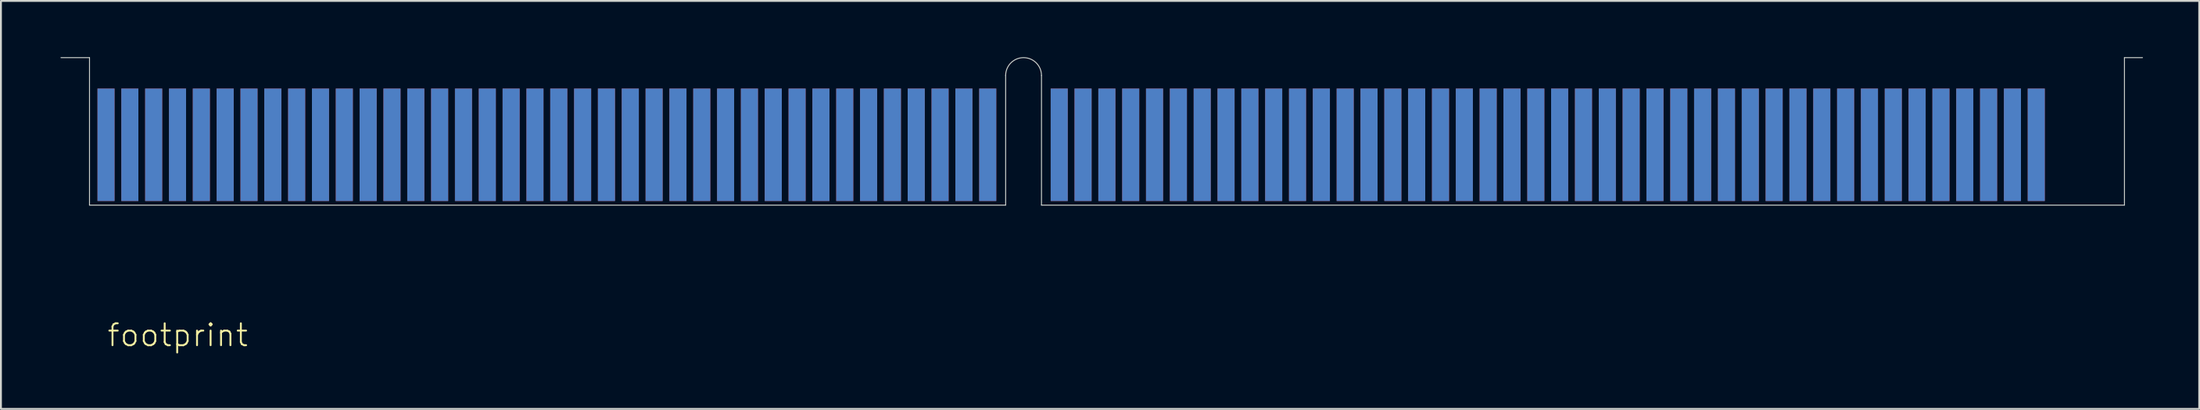
<source format=kicad_pcb>
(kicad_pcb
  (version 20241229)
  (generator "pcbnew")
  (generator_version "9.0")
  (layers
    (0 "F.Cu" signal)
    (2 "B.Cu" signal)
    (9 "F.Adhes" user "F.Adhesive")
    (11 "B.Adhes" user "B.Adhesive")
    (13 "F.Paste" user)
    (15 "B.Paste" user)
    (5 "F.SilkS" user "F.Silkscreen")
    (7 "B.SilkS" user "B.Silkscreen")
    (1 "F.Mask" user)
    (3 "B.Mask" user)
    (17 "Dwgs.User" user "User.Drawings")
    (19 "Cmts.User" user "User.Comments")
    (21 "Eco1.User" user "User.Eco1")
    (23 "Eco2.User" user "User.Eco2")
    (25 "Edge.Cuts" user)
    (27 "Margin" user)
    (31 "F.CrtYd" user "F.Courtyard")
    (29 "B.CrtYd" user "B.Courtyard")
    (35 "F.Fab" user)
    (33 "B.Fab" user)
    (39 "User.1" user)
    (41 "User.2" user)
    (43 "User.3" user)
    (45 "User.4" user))
  (footprint "footprint"
    (layer "F.Cu")
    (at 2.6 7.895)
    (property "Reference" "footprint" (at 0 7.62 0) (layer "F.SilkS") (effects (font (size 1.168 1.168) (thickness 0.102)) (justify left bottom)))
    (fp_line (start -2.15 3.81) (end 105.8 3.81) (stroke (width 0.9) (type solid)) (layer "F.Mask"))
    (fp_line (start 0 -5.915) (end 0 3.52) (stroke (width 0.91) (type solid)) (layer "F.Mask"))
    (fp_line (start 1.27 -5.915) (end 1.27 3.52) (stroke (width 0.91) (type solid)) (layer "F.Mask"))
    (fp_line (start 2.54 -5.915) (end 2.54 3.52) (stroke (width 0.91) (type solid)) (layer "F.Mask"))
    (fp_line (start 3.81 -5.915) (end 3.81 3.52) (stroke (width 0.91) (type solid)) (layer "F.Mask"))
    (fp_line (start 5.08 -5.915) (end 5.08 3.52) (stroke (width 0.91) (type solid)) (layer "F.Mask"))
    (fp_line (start 6.35 -5.915) (end 6.35 3.52) (stroke (width 0.91) (type solid)) (layer "F.Mask"))
    (fp_line (start 7.62 -5.915) (end 7.62 3.52) (stroke (width 0.91) (type solid)) (layer "F.Mask"))
    (fp_line (start 8.89 -5.915) (end 8.89 3.52) (stroke (width 0.91) (type solid)) (layer "F.Mask"))
    (fp_line (start 10.16 -5.915) (end 10.16 3.52) (stroke (width 0.91) (type solid)) (layer "F.Mask"))
    (fp_line (start 11.43 -5.915) (end 11.43 3.52) (stroke (width 0.91) (type solid)) (layer "F.Mask"))
    (fp_line (start 12.7 -5.915) (end 12.7 3.52) (stroke (width 0.91) (type solid)) (layer "F.Mask"))
    (fp_line (start 13.97 -5.915) (end 13.97 3.52) (stroke (width 0.91) (type solid)) (layer "F.Mask"))
    (fp_line (start 15.24 -5.915) (end 15.24 3.52) (stroke (width 0.91) (type solid)) (layer "F.Mask"))
    (fp_line (start 16.51 -5.915) (end 16.51 3.52) (stroke (width 0.91) (type solid)) (layer "F.Mask"))
    (fp_line (start 17.78 -5.915) (end 17.78 3.52) (stroke (width 0.91) (type solid)) (layer "F.Mask"))
    (fp_line (start 19.05 -5.915) (end 19.05 3.52) (stroke (width 0.91) (type solid)) (layer "F.Mask"))
    (fp_line (start 20.32 -5.915) (end 20.32 3.52) (stroke (width 0.91) (type solid)) (layer "F.Mask"))
    (fp_line (start 21.59 -5.915) (end 21.59 3.52) (stroke (width 0.91) (type solid)) (layer "F.Mask"))
    (fp_line (start 22.86 -5.915) (end 22.86 3.52) (stroke (width 0.91) (type solid)) (layer "F.Mask"))
    (fp_line (start 24.13 -5.915) (end 24.13 3.52) (stroke (width 0.91) (type solid)) (layer "F.Mask"))
    (fp_line (start 25.4 -5.915) (end 25.4 3.52) (stroke (width 0.91) (type solid)) (layer "F.Mask"))
    (fp_line (start 26.67 -5.915) (end 26.67 3.52) (stroke (width 0.91) (type solid)) (layer "F.Mask"))
    (fp_line (start 27.94 -5.915) (end 27.94 3.52) (stroke (width 0.91) (type solid)) (layer "F.Mask"))
    (fp_line (start 29.21 -5.915) (end 29.21 3.52) (stroke (width 0.91) (type solid)) (layer "F.Mask"))
    (fp_line (start 30.48 -5.915) (end 30.48 3.52) (stroke (width 0.91) (type solid)) (layer "F.Mask"))
    (fp_line (start 31.75 -5.915) (end 31.75 3.52) (stroke (width 0.91) (type solid)) (layer "F.Mask"))
    (fp_line (start 33.02 -5.915) (end 33.02 3.52) (stroke (width 0.91) (type solid)) (layer "F.Mask"))
    (fp_line (start 34.29 -5.915) (end 34.29 3.52) (stroke (width 0.91) (type solid)) (layer "F.Mask"))
    (fp_line (start 35.56 -5.915) (end 35.56 3.52) (stroke (width 0.91) (type solid)) (layer "F.Mask"))
    (fp_line (start 36.83 -5.915) (end 36.83 3.52) (stroke (width 0.91) (type solid)) (layer "F.Mask"))
    (fp_line (start 38.1 -5.915) (end 38.1 3.52) (stroke (width 0.91) (type solid)) (layer "F.Mask"))
    (fp_line (start 39.37 -5.915) (end 39.37 3.52) (stroke (width 0.91) (type solid)) (layer "F.Mask"))
    (fp_line (start 40.64 -5.915) (end 40.64 3.52) (stroke (width 0.91) (type solid)) (layer "F.Mask"))
    (fp_line (start 41.91 -5.915) (end 41.91 3.52) (stroke (width 0.91) (type solid)) (layer "F.Mask"))
    (fp_line (start 43.18 -5.915) (end 43.18 3.52) (stroke (width 0.91) (type solid)) (layer "F.Mask"))
    (fp_line (start 44.45 -5.915) (end 44.45 3.52) (stroke (width 0.91) (type solid)) (layer "F.Mask"))
    (fp_line (start 45.72 -5.915) (end 45.72 3.52) (stroke (width 0.91) (type solid)) (layer "F.Mask"))
    (fp_line (start 46.99 -5.915) (end 46.99 3.52) (stroke (width 0.91) (type solid)) (layer "F.Mask"))
    (fp_line (start 50.8 -5.915) (end 50.8 3.52) (stroke (width 0.91) (type solid)) (layer "F.Mask"))
    (fp_line (start 52.07 -5.915) (end 52.07 3.52) (stroke (width 0.91) (type solid)) (layer "F.Mask"))
    (fp_line (start 53.34 -5.915) (end 53.34 3.52) (stroke (width 0.91) (type solid)) (layer "F.Mask"))
    (fp_line (start 54.61 -5.915) (end 54.61 3.52) (stroke (width 0.91) (type solid)) (layer "F.Mask"))
    (fp_line (start 55.88 -5.915) (end 55.88 3.52) (stroke (width 0.91) (type solid)) (layer "F.Mask"))
    (fp_line (start 57.15 -5.915) (end 57.15 3.52) (stroke (width 0.91) (type solid)) (layer "F.Mask"))
    (fp_line (start 58.42 -5.915) (end 58.42 3.52) (stroke (width 0.91) (type solid)) (layer "F.Mask"))
    (fp_line (start 59.69 -5.915) (end 59.69 3.52) (stroke (width 0.91) (type solid)) (layer "F.Mask"))
    (fp_line (start 60.96 -5.915) (end 60.96 3.52) (stroke (width 0.91) (type solid)) (layer "F.Mask"))
    (fp_line (start 62.23 -5.915) (end 62.23 3.52) (stroke (width 0.91) (type solid)) (layer "F.Mask"))
    (fp_line (start 63.5 -5.915) (end 63.5 3.52) (stroke (width 0.91) (type solid)) (layer "F.Mask"))
    (fp_line (start 64.77 -5.915) (end 64.77 3.52) (stroke (width 0.91) (type solid)) (layer "F.Mask"))
    (fp_line (start 66.04 -5.915) (end 66.04 3.52) (stroke (width 0.91) (type solid)) (layer "F.Mask"))
    (fp_line (start 67.31 -5.915) (end 67.31 3.52) (stroke (width 0.91) (type solid)) (layer "F.Mask"))
    (fp_line (start 68.58 -5.915) (end 68.58 3.52) (stroke (width 0.91) (type solid)) (layer "F.Mask"))
    (fp_line (start 69.85 -5.915) (end 69.85 3.52) (stroke (width 0.91) (type solid)) (layer "F.Mask"))
    (fp_line (start 71.12 -5.915) (end 71.12 3.52) (stroke (width 0.91) (type solid)) (layer "F.Mask"))
    (fp_line (start 72.39 -5.915) (end 72.39 3.52) (stroke (width 0.91) (type solid)) (layer "F.Mask"))
    (fp_line (start 73.66 -5.915) (end 73.66 3.52) (stroke (width 0.91) (type solid)) (layer "F.Mask"))
    (fp_line (start 74.93 -5.915) (end 74.93 3.52) (stroke (width 0.91) (type solid)) (layer "F.Mask"))
    (fp_line (start 76.2 -5.915) (end 76.2 3.52) (stroke (width 0.91) (type solid)) (layer "F.Mask"))
    (fp_line (start 77.47 -5.915) (end 77.47 3.52) (stroke (width 0.91) (type solid)) (layer "F.Mask"))
    (fp_line (start 78.74 -5.915) (end 78.74 3.52) (stroke (width 0.91) (type solid)) (layer "F.Mask"))
    (fp_line (start 80.01 -5.915) (end 80.01 3.52) (stroke (width 0.91) (type solid)) (layer "F.Mask"))
    (fp_line (start 81.28 -5.915) (end 81.28 3.52) (stroke (width 0.91) (type solid)) (layer "F.Mask"))
    (fp_line (start 82.55 -5.915) (end 82.55 3.52) (stroke (width 0.91) (type solid)) (layer "F.Mask"))
    (fp_line (start 83.82 -5.915) (end 83.82 3.52) (stroke (width 0.91) (type solid)) (layer "F.Mask"))
    (fp_line (start 85.09 -5.915) (end 85.09 3.52) (stroke (width 0.91) (type solid)) (layer "F.Mask"))
    (fp_line (start 86.36 -5.915) (end 86.36 3.52) (stroke (width 0.91) (type solid)) (layer "F.Mask"))
    (fp_line (start 87.63 -5.915) (end 87.63 3.52) (stroke (width 0.91) (type solid)) (layer "F.Mask"))
    (fp_line (start 88.9 -5.915) (end 88.9 3.52) (stroke (width 0.91) (type solid)) (layer "F.Mask"))
    (fp_line (start 90.17 -5.915) (end 90.17 3.52) (stroke (width 0.91) (type solid)) (layer "F.Mask"))
    (fp_line (start 91.44 -5.915) (end 91.44 3.52) (stroke (width 0.91) (type solid)) (layer "F.Mask"))
    (fp_line (start 92.71 -5.915) (end 92.71 3.52) (stroke (width 0.91) (type solid)) (layer "F.Mask"))
    (fp_line (start 93.98 -5.915) (end 93.98 3.52) (stroke (width 0.91) (type solid)) (layer "F.Mask"))
    (fp_line (start 95.25 -5.915) (end 95.25 3.52) (stroke (width 0.91) (type solid)) (layer "F.Mask"))
    (fp_line (start 96.52 -5.915) (end 96.52 3.52) (stroke (width 0.91) (type solid)) (layer "F.Mask"))
    (fp_line (start 97.79 -5.915) (end 97.79 3.52) (stroke (width 0.91) (type solid)) (layer "F.Mask"))
    (fp_line (start 99.06 -5.915) (end 99.06 3.52) (stroke (width 0.91) (type solid)) (layer "F.Mask"))
    (fp_line (start 100.33 -5.915) (end 100.33 3.52) (stroke (width 0.91) (type solid)) (layer "F.Mask"))
    (fp_line (start 101.6 -5.915) (end 101.6 3.52) (stroke (width 0.91) (type solid)) (layer "F.Mask"))
    (fp_line (start 102.87 -5.915) (end 102.87 3.52) (stroke (width 0.91) (type solid)) (layer "F.Mask"))
    (fp_line (start 0 3.52) (end 0 -5.915) (stroke (width 0.91) (type solid)) (layer "B.Mask"))
    (fp_line (start 1.27 3.52) (end 1.27 -5.915) (stroke (width 0.91) (type solid)) (layer "B.Mask"))
    (fp_line (start 2.54 3.52) (end 2.54 -5.915) (stroke (width 0.91) (type solid)) (layer "B.Mask"))
    (fp_line (start 3.81 3.52) (end 3.81 -5.915) (stroke (width 0.91) (type solid)) (layer "B.Mask"))
    (fp_line (start 5.08 3.52) (end 5.08 -5.915) (stroke (width 0.91) (type solid)) (layer "B.Mask"))
    (fp_line (start 6.35 3.52) (end 6.35 -5.915) (stroke (width 0.91) (type solid)) (layer "B.Mask"))
    (fp_line (start 7.62 3.52) (end 7.62 -5.915) (stroke (width 0.91) (type solid)) (layer "B.Mask"))
    (fp_line (start 8.89 3.52) (end 8.89 -5.915) (stroke (width 0.91) (type solid)) (layer "B.Mask"))
    (fp_line (start 10.16 3.52) (end 10.16 -5.915) (stroke (width 0.91) (type solid)) (layer "B.Mask"))
    (fp_line (start 11.43 3.52) (end 11.43 -5.915) (stroke (width 0.91) (type solid)) (layer "B.Mask"))
    (fp_line (start 12.7 3.52) (end 12.7 -5.915) (stroke (width 0.91) (type solid)) (layer "B.Mask"))
    (fp_line (start 13.97 3.52) (end 13.97 -5.915) (stroke (width 0.91) (type solid)) (layer "B.Mask"))
    (fp_line (start 15.24 3.52) (end 15.24 -5.915) (stroke (width 0.91) (type solid)) (layer "B.Mask"))
    (fp_line (start 16.51 3.52) (end 16.51 -5.915) (stroke (width 0.91) (type solid)) (layer "B.Mask"))
    (fp_line (start 17.78 3.52) (end 17.78 -5.915) (stroke (width 0.91) (type solid)) (layer "B.Mask"))
    (fp_line (start 19.05 3.52) (end 19.05 -5.915) (stroke (width 0.91) (type solid)) (layer "B.Mask"))
    (fp_line (start 20.32 3.52) (end 20.32 -5.915) (stroke (width 0.91) (type solid)) (layer "B.Mask"))
    (fp_line (start 21.59 3.52) (end 21.59 -5.915) (stroke (width 0.91) (type solid)) (layer "B.Mask"))
    (fp_line (start 22.86 3.52) (end 22.86 -5.915) (stroke (width 0.91) (type solid)) (layer "B.Mask"))
    (fp_line (start 24.13 3.52) (end 24.13 -5.915) (stroke (width 0.91) (type solid)) (layer "B.Mask"))
    (fp_line (start 25.4 3.52) (end 25.4 -5.915) (stroke (width 0.91) (type solid)) (layer "B.Mask"))
    (fp_line (start 26.67 3.52) (end 26.67 -5.915) (stroke (width 0.91) (type solid)) (layer "B.Mask"))
    (fp_line (start 27.94 3.52) (end 27.94 -5.915) (stroke (width 0.91) (type solid)) (layer "B.Mask"))
    (fp_line (start 29.21 3.52) (end 29.21 -5.915) (stroke (width 0.91) (type solid)) (layer "B.Mask"))
    (fp_line (start 30.48 3.52) (end 30.48 -5.915) (stroke (width 0.91) (type solid)) (layer "B.Mask"))
    (fp_line (start 31.75 3.52) (end 31.75 -5.915) (stroke (width 0.91) (type solid)) (layer "B.Mask"))
    (fp_line (start 33.02 3.52) (end 33.02 -5.915) (stroke (width 0.91) (type solid)) (layer "B.Mask"))
    (fp_line (start 34.29 3.52) (end 34.29 -5.915) (stroke (width 0.91) (type solid)) (layer "B.Mask"))
    (fp_line (start 35.56 3.52) (end 35.56 -5.915) (stroke (width 0.91) (type solid)) (layer "B.Mask"))
    (fp_line (start 36.83 3.52) (end 36.83 -5.915) (stroke (width 0.91) (type solid)) (layer "B.Mask"))
    (fp_line (start 38.1 3.52) (end 38.1 -5.915) (stroke (width 0.91) (type solid)) (layer "B.Mask"))
    (fp_line (start 39.37 3.52) (end 39.37 -5.915) (stroke (width 0.91) (type solid)) (layer "B.Mask"))
    (fp_line (start 40.64 3.52) (end 40.64 -5.915) (stroke (width 0.91) (type solid)) (layer "B.Mask"))
    (fp_line (start 41.91 3.52) (end 41.91 -5.915) (stroke (width 0.91) (type solid)) (layer "B.Mask"))
    (fp_line (start 43.18 3.52) (end 43.18 -5.915) (stroke (width 0.91) (type solid)) (layer "B.Mask"))
    (fp_line (start 44.45 3.52) (end 44.45 -5.915) (stroke (width 0.91) (type solid)) (layer "B.Mask"))
    (fp_line (start 45.72 3.52) (end 45.72 -5.915) (stroke (width 0.91) (type solid)) (layer "B.Mask"))
    (fp_line (start 46.99 3.52) (end 46.99 -5.915) (stroke (width 0.91) (type solid)) (layer "B.Mask"))
    (fp_line (start 50.8 3.52) (end 50.8 -5.915) (stroke (width 0.91) (type solid)) (layer "B.Mask"))
    (fp_line (start 52.07 3.52) (end 52.07 -5.915) (stroke (width 0.91) (type solid)) (layer "B.Mask"))
    (fp_line (start 53.34 3.52) (end 53.34 -5.915) (stroke (width 0.91) (type solid)) (layer "B.Mask"))
    (fp_line (start 54.61 3.52) (end 54.61 -5.915) (stroke (width 0.91) (type solid)) (layer "B.Mask"))
    (fp_line (start 55.88 3.52) (end 55.88 -5.915) (stroke (width 0.91) (type solid)) (layer "B.Mask"))
    (fp_line (start 57.15 3.52) (end 57.15 -5.915) (stroke (width 0.91) (type solid)) (layer "B.Mask"))
    (fp_line (start 58.42 3.52) (end 58.42 -5.915) (stroke (width 0.91) (type solid)) (layer "B.Mask"))
    (fp_line (start 59.69 3.52) (end 59.69 -5.915) (stroke (width 0.91) (type solid)) (layer "B.Mask"))
    (fp_line (start 60.96 3.52) (end 60.96 -5.915) (stroke (width 0.91) (type solid)) (layer "B.Mask"))
    (fp_line (start 62.23 3.52) (end 62.23 -5.915) (stroke (width 0.91) (type solid)) (layer "B.Mask"))
    (fp_line (start 63.5 3.52) (end 63.5 -5.915) (stroke (width 0.91) (type solid)) (layer "B.Mask"))
    (fp_line (start 64.77 3.52) (end 64.77 -5.915) (stroke (width 0.91) (type solid)) (layer "B.Mask"))
    (fp_line (start 66.04 3.52) (end 66.04 -5.915) (stroke (width 0.91) (type solid)) (layer "B.Mask"))
    (fp_line (start 67.31 3.52) (end 67.31 -5.915) (stroke (width 0.91) (type solid)) (layer "B.Mask"))
    (fp_line (start 68.58 3.52) (end 68.58 -5.915) (stroke (width 0.91) (type solid)) (layer "B.Mask"))
    (fp_line (start 69.85 3.52) (end 69.85 -5.915) (stroke (width 0.91) (type solid)) (layer "B.Mask"))
    (fp_line (start 71.12 3.52) (end 71.12 -5.915) (stroke (width 0.91) (type solid)) (layer "B.Mask"))
    (fp_line (start 72.39 3.52) (end 72.39 -5.915) (stroke (width 0.91) (type solid)) (layer "B.Mask"))
    (fp_line (start 73.66 3.52) (end 73.66 -5.915) (stroke (width 0.91) (type solid)) (layer "B.Mask"))
    (fp_line (start 74.93 3.52) (end 74.93 -5.915) (stroke (width 0.91) (type solid)) (layer "B.Mask"))
    (fp_line (start 76.2 3.52) (end 76.2 -5.915) (stroke (width 0.91) (type solid)) (layer "B.Mask"))
    (fp_line (start 77.47 3.52) (end 77.47 -5.915) (stroke (width 0.91) (type solid)) (layer "B.Mask"))
    (fp_line (start 78.74 3.52) (end 78.74 -5.915) (stroke (width 0.91) (type solid)) (layer "B.Mask"))
    (fp_line (start 80.01 3.52) (end 80.01 -5.915) (stroke (width 0.91) (type solid)) (layer "B.Mask"))
    (fp_line (start 81.28 3.52) (end 81.28 -5.915) (stroke (width 0.91) (type solid)) (layer "B.Mask"))
    (fp_line (start 82.55 3.52) (end 82.55 -5.915) (stroke (width 0.91) (type solid)) (layer "B.Mask"))
    (fp_line (start 83.82 3.52) (end 83.82 -5.915) (stroke (width 0.91) (type solid)) (layer "B.Mask"))
    (fp_line (start 85.09 3.52) (end 85.09 -5.915) (stroke (width 0.91) (type solid)) (layer "B.Mask"))
    (fp_line (start 86.36 3.52) (end 86.36 -5.915) (stroke (width 0.91) (type solid)) (layer "B.Mask"))
    (fp_line (start 87.63 3.52) (end 87.63 -5.915) (stroke (width 0.91) (type solid)) (layer "B.Mask"))
    (fp_line (start 88.9 3.52) (end 88.9 -5.915) (stroke (width 0.91) (type solid)) (layer "B.Mask"))
    (fp_line (start 90.17 3.52) (end 90.17 -5.915) (stroke (width 0.91) (type solid)) (layer "B.Mask"))
    (fp_line (start 91.44 3.52) (end 91.44 -5.915) (stroke (width 0.91) (type solid)) (layer "B.Mask"))
    (fp_line (start 92.71 3.52) (end 92.71 -5.915) (stroke (width 0.91) (type solid)) (layer "B.Mask"))
    (fp_line (start 93.98 3.52) (end 93.98 -5.915) (stroke (width 0.91) (type solid)) (layer "B.Mask"))
    (fp_line (start 95.25 3.52) (end 95.25 -5.915) (stroke (width 0.91) (type solid)) (layer "B.Mask"))
    (fp_line (start 96.52 3.52) (end 96.52 -5.915) (stroke (width 0.91) (type solid)) (layer "B.Mask"))
    (fp_line (start 97.79 3.52) (end 97.79 -5.915) (stroke (width 0.91) (type solid)) (layer "B.Mask"))
    (fp_line (start 99.06 3.52) (end 99.06 -5.915) (stroke (width 0.91) (type solid)) (layer "B.Mask"))
    (fp_line (start 100.33 3.52) (end 100.33 -5.915) (stroke (width 0.91) (type solid)) (layer "B.Mask"))
    (fp_line (start 101.6 3.52) (end 101.6 -5.915) (stroke (width 0.91) (type solid)) (layer "B.Mask"))
    (fp_line (start 102.87 3.52) (end 102.87 -5.915) (stroke (width 0.91) (type solid)) (layer "B.Mask"))
    (fp_line (start 105.8 3.81) (end -2.15 3.81) (stroke (width 0.9) (type solid)) (layer "B.Mask"))
    (fp_line (start -0.88 -7.87) (end -2.4 -7.87) (stroke (width 0.05) (type solid)) (layer "Edge.Cuts"))
    (fp_line (start -0.88 0) (end -0.88 -7.87) (stroke (width 0.05) (type solid)) (layer "Edge.Cuts"))
    (fp_line (start -0.88 0) (end 47.945 0) (stroke (width 0.05) (type solid)) (layer "Edge.Cuts"))
    (fp_line (start 47.945 0) (end 47.945 -6.915) (stroke (width 0.05) (type solid)) (layer "Edge.Cuts"))
    (fp_line (start 49.855 0) (end 49.855 -6.915) (stroke (width 0.05) (type solid)) (layer "Edge.Cuts"))
    (fp_line (start 49.855 0) (end 107.57 0) (stroke (width 0.05) (type solid)) (layer "Edge.Cuts"))
    (fp_line (start 107.57 -7.87) (end 108.53 -7.87) (stroke (width 0.05) (type solid)) (layer "Edge.Cuts"))
    (fp_line (start 107.57 0) (end 107.57 -7.87) (stroke (width 0.05) (type solid)) (layer "Edge.Cuts"))
    (fp_arc (start 47.945 -6.915) (mid 48.9 -7.87) (end 49.855 -6.915) (stroke (width 0.05) (type solid)) (layer "Edge.Cuts"))
    (pad "1" smd rect (at 0 -3.22) (size 0.91 6) (layers "F.Cu" "F.Mask" "F.Paste"))
    (pad "2" smd rect (at 0 -3.22) (size 0.91 6) (layers "B.Cu" "B.Mask" "B.Paste"))
    (pad "3" smd rect (at 1.27 -3.22) (size 0.91 6) (layers "F.Cu" "F.Mask" "F.Paste"))
    (pad "4" smd rect (at 1.27 -3.22) (size 0.91 6) (layers "B.Cu" "B.Mask" "B.Paste"))
    (pad "5" smd rect (at 2.54 -3.22) (size 0.91 6) (layers "F.Cu" "F.Mask" "F.Paste"))
    (pad "6" smd rect (at 2.54 -3.22) (size 0.91 6) (layers "B.Cu" "B.Mask" "B.Paste"))
    (pad "7" smd rect (at 3.81 -3.22) (size 0.91 6) (layers "F.Cu" "F.Mask" "F.Paste"))
    (pad "8" smd rect (at 3.81 -3.22) (size 0.91 6) (layers "B.Cu" "B.Mask" "B.Paste"))
    (pad "9" smd rect (at 5.08 -3.22) (size 0.91 6) (layers "F.Cu" "F.Mask" "F.Paste"))
    (pad "10" smd rect (at 5.08 -3.22) (size 0.91 6) (layers "B.Cu" "B.Mask" "B.Paste"))
    (pad "11" smd rect (at 6.35 -3.22) (size 0.91 6) (layers "F.Cu" "F.Mask" "F.Paste"))
    (pad "12" smd rect (at 6.35 -3.22) (size 0.91 6) (layers "B.Cu" "B.Mask" "B.Paste"))
    (pad "13" smd rect (at 7.62 -3.22) (size 0.91 6) (layers "F.Cu" "F.Mask" "F.Paste"))
    (pad "14" smd rect (at 7.62 -3.22) (size 0.91 6) (layers "B.Cu" "B.Mask" "B.Paste"))
    (pad "15" smd rect (at 8.89 -3.22) (size 0.91 6) (layers "F.Cu" "F.Mask" "F.Paste"))
    (pad "16" smd rect (at 8.89 -3.22) (size 0.91 6) (layers "B.Cu" "B.Mask" "B.Paste"))
    (pad "17" smd rect (at 10.16 -3.22) (size 0.91 6) (layers "F.Cu" "F.Mask" "F.Paste"))
    (pad "18" smd rect (at 10.16 -3.22) (size 0.91 6) (layers "B.Cu" "B.Mask" "B.Paste"))
    (pad "19" smd rect (at 11.43 -3.22) (size 0.91 6) (layers "F.Cu" "F.Mask" "F.Paste"))
    (pad "20" smd rect (at 11.43 -3.22) (size 0.91 6) (layers "B.Cu" "B.Mask" "B.Paste"))
    (pad "21" smd rect (at 12.7 -3.22) (size 0.91 6) (layers "F.Cu" "F.Mask" "F.Paste"))
    (pad "22" smd rect (at 12.7 -3.22) (size 0.91 6) (layers "B.Cu" "B.Mask" "B.Paste"))
    (pad "23" smd rect (at 13.97 -3.22) (size 0.91 6) (layers "F.Cu" "F.Mask" "F.Paste"))
    (pad "24" smd rect (at 13.97 -3.22) (size 0.91 6) (layers "B.Cu" "B.Mask" "B.Paste"))
    (pad "25" smd rect (at 15.24 -3.22) (size 0.91 6) (layers "F.Cu" "F.Mask" "F.Paste"))
    (pad "26" smd rect (at 15.24 -3.22) (size 0.91 6) (layers "B.Cu" "B.Mask" "B.Paste"))
    (pad "27" smd rect (at 16.51 -3.22) (size 0.91 6) (layers "F.Cu" "F.Mask" "F.Paste"))
    (pad "28" smd rect (at 16.51 -3.22) (size 0.91 6) (layers "B.Cu" "B.Mask" "B.Paste"))
    (pad "29" smd rect (at 17.78 -3.22) (size 0.91 6) (layers "F.Cu" "F.Mask" "F.Paste"))
    (pad "30" smd rect (at 17.78 -3.22) (size 0.91 6) (layers "B.Cu" "B.Mask" "B.Paste"))
    (pad "31" smd rect (at 19.05 -3.22) (size 0.91 6) (layers "F.Cu" "F.Mask" "F.Paste"))
    (pad "32" smd rect (at 19.05 -3.22) (size 0.91 6) (layers "B.Cu" "B.Mask" "B.Paste"))
    (pad "33" smd rect (at 20.32 -3.22) (size 0.91 6) (layers "F.Cu" "F.Mask" "F.Paste"))
    (pad "34" smd rect (at 20.32 -3.22) (size 0.91 6) (layers "B.Cu" "B.Mask" "B.Paste"))
    (pad "35" smd rect (at 21.59 -3.22) (size 0.91 6) (layers "F.Cu" "F.Mask" "F.Paste"))
    (pad "36" smd rect (at 21.59 -3.22) (size 0.91 6) (layers "B.Cu" "B.Mask" "B.Paste"))
    (pad "37" smd rect (at 22.86 -3.22) (size 0.91 6) (layers "F.Cu" "F.Mask" "F.Paste"))
    (pad "38" smd rect (at 22.86 -3.22) (size 0.91 6) (layers "B.Cu" "B.Mask" "B.Paste"))
    (pad "39" smd rect (at 24.13 -3.22) (size 0.91 6) (layers "F.Cu" "F.Mask" "F.Paste"))
    (pad "40" smd rect (at 24.13 -3.22) (size 0.91 6) (layers "B.Cu" "B.Mask" "B.Paste"))
    (pad "41" smd rect (at 25.4 -3.22) (size 0.91 6) (layers "F.Cu" "F.Mask" "F.Paste"))
    (pad "42" smd rect (at 25.4 -3.22) (size 0.91 6) (layers "B.Cu" "B.Mask" "B.Paste"))
    (pad "43" smd rect (at 26.67 -3.22) (size 0.91 6) (layers "F.Cu" "F.Mask" "F.Paste"))
    (pad "44" smd rect (at 26.67 -3.22) (size 0.91 6) (layers "B.Cu" "B.Mask" "B.Paste"))
    (pad "45" smd rect (at 27.94 -3.22) (size 0.91 6) (layers "F.Cu" "F.Mask" "F.Paste"))
    (pad "46" smd rect (at 27.94 -3.22) (size 0.91 6) (layers "B.Cu" "B.Mask" "B.Paste"))
    (pad "47" smd rect (at 29.21 -3.22) (size 0.91 6) (layers "F.Cu" "F.Mask" "F.Paste"))
    (pad "48" smd rect (at 29.21 -3.22) (size 0.91 6) (layers "B.Cu" "B.Mask" "B.Paste"))
    (pad "49" smd rect (at 30.48 -3.22) (size 0.91 6) (layers "F.Cu" "F.Mask" "F.Paste"))
    (pad "50" smd rect (at 30.48 -3.22) (size 0.91 6) (layers "B.Cu" "B.Mask" "B.Paste"))
    (pad "51" smd rect (at 31.75 -3.22) (size 0.91 6) (layers "F.Cu" "F.Mask" "F.Paste"))
    (pad "52" smd rect (at 31.75 -3.22) (size 0.91 6) (layers "B.Cu" "B.Mask" "B.Paste"))
    (pad "53" smd rect (at 33.02 -3.22) (size 0.91 6) (layers "F.Cu" "F.Mask" "F.Paste"))
    (pad "54" smd rect (at 33.02 -3.22) (size 0.91 6) (layers "B.Cu" "B.Mask" "B.Paste"))
    (pad "55" smd rect (at 34.29 -3.22) (size 0.91 6) (layers "F.Cu" "F.Mask" "F.Paste"))
    (pad "56" smd rect (at 34.29 -3.22) (size 0.91 6) (layers "B.Cu" "B.Mask" "B.Paste"))
    (pad "57" smd rect (at 35.56 -3.22) (size 0.91 6) (layers "F.Cu" "F.Mask" "F.Paste"))
    (pad "58" smd rect (at 35.56 -3.22) (size 0.91 6) (layers "B.Cu" "B.Mask" "B.Paste"))
    (pad "59" smd rect (at 36.83 -3.22) (size 0.91 6) (layers "F.Cu" "F.Mask" "F.Paste"))
    (pad "60" smd rect (at 36.83 -3.22) (size 0.91 6) (layers "B.Cu" "B.Mask" "B.Paste"))
    (pad "61" smd rect (at 38.1 -3.22) (size 0.91 6) (layers "F.Cu" "F.Mask" "F.Paste"))
    (pad "62" smd rect (at 38.1 -3.22) (size 0.91 6) (layers "B.Cu" "B.Mask" "B.Paste"))
    (pad "63" smd rect (at 39.37 -3.22) (size 0.91 6) (layers "F.Cu" "F.Mask" "F.Paste"))
    (pad "64" smd rect (at 39.37 -3.22) (size 0.91 6) (layers "B.Cu" "B.Mask" "B.Paste"))
    (pad "65" smd rect (at 40.64 -3.22) (size 0.91 6) (layers "F.Cu" "F.Mask" "F.Paste"))
    (pad "66" smd rect (at 40.64 -3.22) (size 0.91 6) (layers "B.Cu" "B.Mask" "B.Paste"))
    (pad "67" smd rect (at 41.91 -3.22) (size 0.91 6) (layers "F.Cu" "F.Mask" "F.Paste"))
    (pad "68" smd rect (at 41.91 -3.22) (size 0.91 6) (layers "B.Cu" "B.Mask" "B.Paste"))
    (pad "69" smd rect (at 43.18 -3.22) (size 0.91 6) (layers "F.Cu" "F.Mask" "F.Paste"))
    (pad "70" smd rect (at 43.18 -3.22) (size 0.91 6) (layers "B.Cu" "B.Mask" "B.Paste"))
    (pad "71" smd rect (at 44.45 -3.22) (size 0.91 6) (layers "F.Cu" "F.Mask" "F.Paste"))
    (pad "72" smd rect (at 44.45 -3.22) (size 0.91 6) (layers "B.Cu" "B.Mask" "B.Paste"))
    (pad "73" smd rect (at 45.72 -3.22) (size 0.91 6) (layers "F.Cu" "F.Mask" "F.Paste"))
    (pad "74" smd rect (at 45.72 -3.22) (size 0.91 6) (layers "B.Cu" "B.Mask" "B.Paste"))
    (pad "75" smd rect (at 46.99 -3.22) (size 0.91 6) (layers "F.Cu" "F.Mask" "F.Paste"))
    (pad "76" smd rect (at 46.99 -3.22) (size 0.91 6) (layers "B.Cu" "B.Mask" "B.Paste"))
    (pad "77" smd rect (at 50.8 -3.22) (size 0.91 6) (layers "F.Cu" "F.Mask" "F.Paste"))
    (pad "78" smd rect (at 50.8 -3.22) (size 0.91 6) (layers "B.Cu" "B.Mask" "B.Paste"))
    (pad "79" smd rect (at 52.07 -3.22) (size 0.91 6) (layers "F.Cu" "F.Mask" "F.Paste"))
    (pad "80" smd rect (at 52.07 -3.22) (size 0.91 6) (layers "B.Cu" "B.Mask" "B.Paste"))
    (pad "81" smd rect (at 53.34 -3.22) (size 0.91 6) (layers "F.Cu" "F.Mask" "F.Paste"))
    (pad "82" smd rect (at 53.34 -3.22) (size 0.91 6) (layers "B.Cu" "B.Mask" "B.Paste"))
    (pad "83" smd rect (at 54.61 -3.22) (size 0.91 6) (layers "F.Cu" "F.Mask" "F.Paste"))
    (pad "84" smd rect (at 54.61 -3.22) (size 0.91 6) (layers "B.Cu" "B.Mask" "B.Paste"))
    (pad "85" smd rect (at 55.88 -3.22) (size 0.91 6) (layers "F.Cu" "F.Mask" "F.Paste"))
    (pad "86" smd rect (at 55.88 -3.22) (size 0.91 6) (layers "B.Cu" "B.Mask" "B.Paste"))
    (pad "87" smd rect (at 57.15 -3.22) (size 0.91 6) (layers "F.Cu" "F.Mask" "F.Paste"))
    (pad "88" smd rect (at 57.15 -3.22) (size 0.91 6) (layers "B.Cu" "B.Mask" "B.Paste"))
    (pad "89" smd rect (at 58.42 -3.22) (size 0.91 6) (layers "F.Cu" "F.Mask" "F.Paste"))
    (pad "90" smd rect (at 58.42 -3.22) (size 0.91 6) (layers "B.Cu" "B.Mask" "B.Paste"))
    (pad "91" smd rect (at 59.69 -3.22) (size 0.91 6) (layers "F.Cu" "F.Mask" "F.Paste"))
    (pad "92" smd rect (at 59.69 -3.22) (size 0.91 6) (layers "B.Cu" "B.Mask" "B.Paste"))
    (pad "93" smd rect (at 60.96 -3.22) (size 0.91 6) (layers "F.Cu" "F.Mask" "F.Paste"))
    (pad "94" smd rect (at 60.96 -3.22) (size 0.91 6) (layers "B.Cu" "B.Mask" "B.Paste"))
    (pad "95" smd rect (at 62.23 -3.22) (size 0.91 6) (layers "F.Cu" "F.Mask" "F.Paste"))
    (pad "96" smd rect (at 62.23 -3.22) (size 0.91 6) (layers "B.Cu" "B.Mask" "B.Paste"))
    (pad "97" smd rect (at 63.5 -3.22) (size 0.91 6) (layers "F.Cu" "F.Mask" "F.Paste"))
    (pad "98" smd rect (at 63.5 -3.22) (size 0.91 6) (layers "B.Cu" "B.Mask" "B.Paste"))
    (pad "99" smd rect (at 64.77 -3.22) (size 0.91 6) (layers "F.Cu" "F.Mask" "F.Paste"))
    (pad "100" smd rect (at 64.77 -3.22) (size 0.91 6) (layers "B.Cu" "B.Mask" "B.Paste"))
    (pad "101" smd rect (at 66.04 -3.22) (size 0.91 6) (layers "F.Cu" "F.Mask" "F.Paste"))
    (pad "102" smd rect (at 66.04 -3.22) (size 0.91 6) (layers "B.Cu" "B.Mask" "B.Paste"))
    (pad "103" smd rect (at 67.31 -3.22) (size 0.91 6) (layers "F.Cu" "F.Mask" "F.Paste"))
    (pad "104" smd rect (at 67.31 -3.22) (size 0.91 6) (layers "B.Cu" "B.Mask" "B.Paste"))
    (pad "105" smd rect (at 68.58 -3.22) (size 0.91 6) (layers "F.Cu" "F.Mask" "F.Paste"))
    (pad "106" smd rect (at 68.58 -3.22) (size 0.91 6) (layers "B.Cu" "B.Mask" "B.Paste"))
    (pad "107" smd rect (at 69.85 -3.22) (size 0.91 6) (layers "F.Cu" "F.Mask" "F.Paste"))
    (pad "108" smd rect (at 69.85 -3.22) (size 0.91 6) (layers "B.Cu" "B.Mask" "B.Paste"))
    (pad "109" smd rect (at 71.12 -3.22) (size 0.91 6) (layers "F.Cu" "F.Mask" "F.Paste"))
    (pad "110" smd rect (at 71.12 -3.22) (size 0.91 6) (layers "B.Cu" "B.Mask" "B.Paste"))
    (pad "111" smd rect (at 72.39 -3.22) (size 0.91 6) (layers "F.Cu" "F.Mask" "F.Paste"))
    (pad "112" smd rect (at 72.39 -3.22) (size 0.91 6) (layers "B.Cu" "B.Mask" "B.Paste"))
    (pad "113" smd rect (at 73.66 -3.22) (size 0.91 6) (layers "F.Cu" "F.Mask" "F.Paste"))
    (pad "114" smd rect (at 73.66 -3.22) (size 0.91 6) (layers "B.Cu" "B.Mask" "B.Paste"))
    (pad "115" smd rect (at 74.93 -3.22) (size 0.91 6) (layers "F.Cu" "F.Mask" "F.Paste"))
    (pad "116" smd rect (at 74.93 -3.22) (size 0.91 6) (layers "B.Cu" "B.Mask" "B.Paste"))
    (pad "117" smd rect (at 76.2 -3.22) (size 0.91 6) (layers "F.Cu" "F.Mask" "F.Paste"))
    (pad "118" smd rect (at 76.2 -3.22) (size 0.91 6) (layers "B.Cu" "B.Mask" "B.Paste"))
    (pad "119" smd rect (at 77.47 -3.22) (size 0.91 6) (layers "F.Cu" "F.Mask" "F.Paste"))
    (pad "120" smd rect (at 77.47 -3.22) (size 0.91 6) (layers "B.Cu" "B.Mask" "B.Paste"))
    (pad "121" smd rect (at 78.74 -3.22) (size 0.91 6) (layers "F.Cu" "F.Mask" "F.Paste"))
    (pad "122" smd rect (at 78.74 -3.22) (size 0.91 6) (layers "B.Cu" "B.Mask" "B.Paste"))
    (pad "123" smd rect (at 80.01 -3.22) (size 0.91 6) (layers "F.Cu" "F.Mask" "F.Paste"))
    (pad "124" smd rect (at 80.01 -3.22) (size 0.91 6) (layers "B.Cu" "B.Mask" "B.Paste"))
    (pad "125" smd rect (at 81.28 -3.22) (size 0.91 6) (layers "F.Cu" "F.Mask" "F.Paste"))
    (pad "126" smd rect (at 81.28 -3.22) (size 0.91 6) (layers "B.Cu" "B.Mask" "B.Paste"))
    (pad "127" smd rect (at 82.55 -3.22) (size 0.91 6) (layers "F.Cu" "F.Mask" "F.Paste"))
    (pad "128" smd rect (at 82.55 -3.22) (size 0.91 6) (layers "B.Cu" "B.Mask" "B.Paste"))
    (pad "129" smd rect (at 83.82 -3.22) (size 0.91 6) (layers "F.Cu" "F.Mask" "F.Paste"))
    (pad "130" smd rect (at 83.82 -3.22) (size 0.91 6) (layers "B.Cu" "B.Mask" "B.Paste"))
    (pad "131" smd rect (at 85.09 -3.22) (size 0.91 6) (layers "F.Cu" "F.Mask" "F.Paste"))
    (pad "132" smd rect (at 85.09 -3.22) (size 0.91 6) (layers "B.Cu" "B.Mask" "B.Paste"))
    (pad "133" smd rect (at 86.36 -3.22) (size 0.91 6) (layers "F.Cu" "F.Mask" "F.Paste"))
    (pad "134" smd rect (at 86.36 -3.22) (size 0.91 6) (layers "B.Cu" "B.Mask" "B.Paste"))
    (pad "135" smd rect (at 87.63 -3.22) (size 0.91 6) (layers "F.Cu" "F.Mask" "F.Paste"))
    (pad "136" smd rect (at 87.63 -3.22) (size 0.91 6) (layers "B.Cu" "B.Mask" "B.Paste"))
    (pad "137" smd rect (at 88.9 -3.22) (size 0.91 6) (layers "F.Cu" "F.Mask" "F.Paste"))
    (pad "138" smd rect (at 88.9 -3.22) (size 0.91 6) (layers "B.Cu" "B.Mask" "B.Paste"))
    (pad "139" smd rect (at 90.17 -3.22) (size 0.91 6) (layers "F.Cu" "F.Mask" "F.Paste"))
    (pad "140" smd rect (at 90.17 -3.22) (size 0.91 6) (layers "B.Cu" "B.Mask" "B.Paste"))
    (pad "141" smd rect (at 91.44 -3.22) (size 0.91 6) (layers "F.Cu" "F.Mask" "F.Paste"))
    (pad "142" smd rect (at 91.44 -3.22) (size 0.91 6) (layers "B.Cu" "B.Mask" "B.Paste"))
    (pad "143" smd rect (at 92.71 -3.22) (size 0.91 6) (layers "F.Cu" "F.Mask" "F.Paste"))
    (pad "144" smd rect (at 92.71 -3.22) (size 0.91 6) (layers "B.Cu" "B.Mask" "B.Paste"))
    (pad "145" smd rect (at 93.98 -3.22) (size 0.91 6) (layers "F.Cu" "F.Mask" "F.Paste"))
    (pad "146" smd rect (at 93.98 -3.22) (size 0.91 6) (layers "B.Cu" "B.Mask" "B.Paste"))
    (pad "147" smd rect (at 95.25 -3.22) (size 0.91 6) (layers "F.Cu" "F.Mask" "F.Paste"))
    (pad "148" smd rect (at 95.25 -3.22) (size 0.91 6) (layers "B.Cu" "B.Mask" "B.Paste"))
    (pad "149" smd rect (at 96.52 -3.22) (size 0.91 6) (layers "F.Cu" "F.Mask" "F.Paste"))
    (pad "150" smd rect (at 96.52 -3.22) (size 0.91 6) (layers "B.Cu" "B.Mask" "B.Paste"))
    (pad "151" smd rect (at 97.79 -3.22) (size 0.91 6) (layers "F.Cu" "F.Mask" "F.Paste"))
    (pad "152" smd rect (at 97.79 -3.22) (size 0.91 6) (layers "B.Cu" "B.Mask" "B.Paste"))
    (pad "153" smd rect (at 99.06 -3.22) (size 0.91 6) (layers "F.Cu" "F.Mask" "F.Paste"))
    (pad "154" smd rect (at 99.06 -3.22) (size 0.91 6) (layers "B.Cu" "B.Mask" "B.Paste"))
    (pad "155" smd rect (at 100.33 -3.22) (size 0.91 6) (layers "F.Cu" "F.Mask" "F.Paste"))
    (pad "156" smd rect (at 100.33 -3.22) (size 0.91 6) (layers "B.Cu" "B.Mask" "B.Paste"))
    (pad "157" smd rect (at 101.6 -3.22) (size 0.91 6) (layers "F.Cu" "F.Mask" "F.Paste"))
    (pad "158" smd rect (at 101.6 -3.22) (size 0.91 6) (layers "B.Cu" "B.Mask" "B.Paste"))
    (pad "159" smd rect (at 102.87 -3.22) (size 0.91 6) (layers "F.Cu" "F.Mask" "F.Paste"))
    (pad "160" smd rect (at 102.87 -3.22) (size 0.91 6) (layers "B.Cu" "B.Mask" "B.Paste")))
  (gr_rect
    (start -3 -3)
    (end 114.155 18.765)
    (stroke (width 0.1) (type default))
    (fill no)
    (layer "Edge.Cuts")))
</source>
